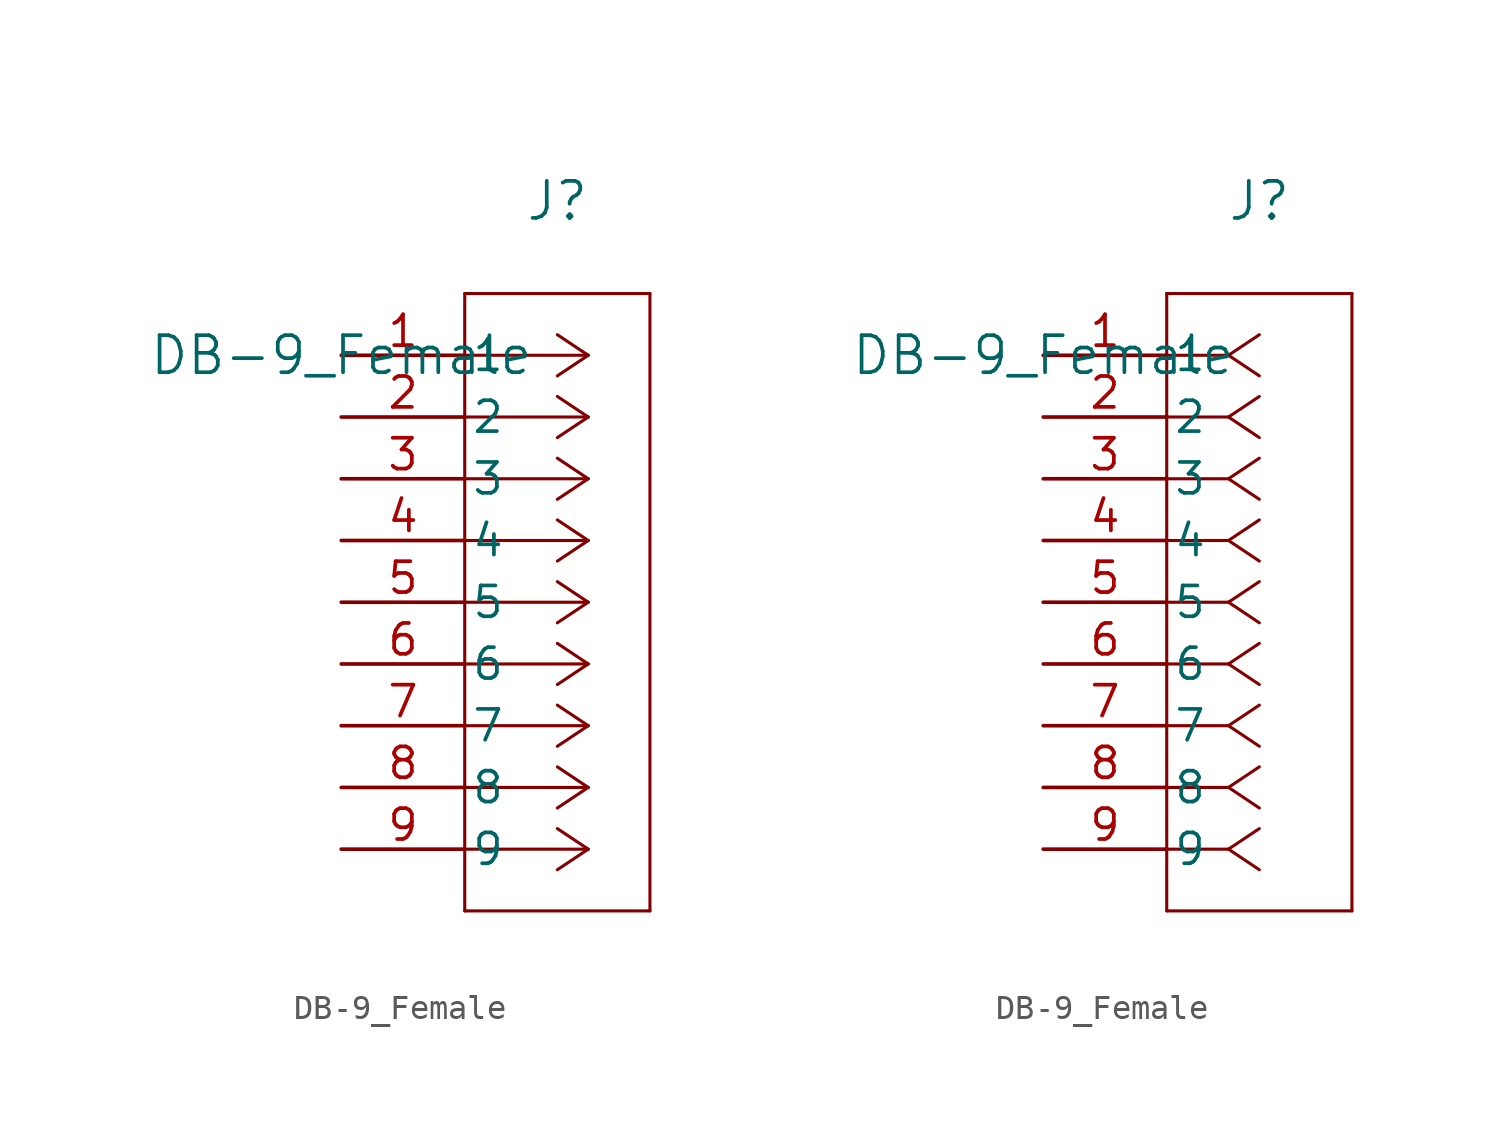
<source format=kicad_sym>
(kicad_symbol_lib
  (version 20220914)
  (generator kicad_symbol_editor)
  (symbol "DB-9_Female"
    (pin_names
      (offset 0.254))
    (property "Reference" "J"
      (at 8.89 6.35 0)
      (effects (font (size 1.524 1.524))))
    (property "Value" "DB-9_Female"
      (at 0 0 0)
      (effects (font (size 1.524 1.524))))
    (symbol "DB-9_Female_1_1"
      (polyline (pts (xy 5.08 -22.86) (xy 12.7 -22.86)) (stroke (width 0.127) (type default)) (fill (type none)))
      (polyline (pts (xy 5.08 2.54) (xy 5.08 -22.86)) (stroke (width 0.127) (type default)) (fill (type none)))
      (polyline (pts (xy 10.16 -20.32) (xy 5.08 -20.32)) (stroke (width 0.127) (type default)) (fill (type none)))
      (polyline (pts (xy 10.16 -20.32) (xy 8.89 -21.167)) (stroke (width 0.127) (type default)) (fill (type none)))
      (polyline (pts (xy 10.16 -20.32) (xy 8.89 -19.473)) (stroke (width 0.127) (type default)) (fill (type none)))
      (polyline (pts (xy 10.16 -17.78) (xy 5.08 -17.78)) (stroke (width 0.127) (type default)) (fill (type none)))
      (polyline (pts (xy 10.16 -17.78) (xy 8.89 -18.627)) (stroke (width 0.127) (type default)) (fill (type none)))
      (polyline (pts (xy 10.16 -17.78) (xy 8.89 -16.933)) (stroke (width 0.127) (type default)) (fill (type none)))
      (polyline (pts (xy 10.16 -15.24) (xy 5.08 -15.24)) (stroke (width 0.127) (type default)) (fill (type none)))
      (polyline (pts (xy 10.16 -15.24) (xy 8.89 -16.087)) (stroke (width 0.127) (type default)) (fill (type none)))
      (polyline (pts (xy 10.16 -15.24) (xy 8.89 -14.393)) (stroke (width 0.127) (type default)) (fill (type none)))
      (polyline (pts (xy 10.16 -12.7) (xy 5.08 -12.7)) (stroke (width 0.127) (type default)) (fill (type none)))
      (polyline (pts (xy 10.16 -12.7) (xy 8.89 -13.547)) (stroke (width 0.127) (type default)) (fill (type none)))
      (polyline (pts (xy 10.16 -12.7) (xy 8.89 -11.853)) (stroke (width 0.127) (type default)) (fill (type none)))
      (polyline (pts (xy 10.16 -10.16) (xy 5.08 -10.16)) (stroke (width 0.127) (type default)) (fill (type none)))
      (polyline (pts (xy 10.16 -10.16) (xy 8.89 -11.007)) (stroke (width 0.127) (type default)) (fill (type none)))
      (polyline (pts (xy 10.16 -10.16) (xy 8.89 -9.313)) (stroke (width 0.127) (type default)) (fill (type none)))
      (polyline (pts (xy 10.16 -7.62) (xy 5.08 -7.62)) (stroke (width 0.127) (type default)) (fill (type none)))
      (polyline (pts (xy 10.16 -7.62) (xy 8.89 -8.467)) (stroke (width 0.127) (type default)) (fill (type none)))
      (polyline (pts (xy 10.16 -7.62) (xy 8.89 -6.773)) (stroke (width 0.127) (type default)) (fill (type none)))
      (polyline (pts (xy 10.16 -5.08) (xy 5.08 -5.08)) (stroke (width 0.127) (type default)) (fill (type none)))
      (polyline (pts (xy 10.16 -5.08) (xy 8.89 -5.927)) (stroke (width 0.127) (type default)) (fill (type none)))
      (polyline (pts (xy 10.16 -5.08) (xy 8.89 -4.233)) (stroke (width 0.127) (type default)) (fill (type none)))
      (polyline (pts (xy 10.16 -2.54) (xy 5.08 -2.54)) (stroke (width 0.127) (type default)) (fill (type none)))
      (polyline (pts (xy 10.16 -2.54) (xy 8.89 -3.387)) (stroke (width 0.127) (type default)) (fill (type none)))
      (polyline (pts (xy 10.16 -2.54) (xy 8.89 -1.693)) (stroke (width 0.127) (type default)) (fill (type none)))
      (polyline (pts (xy 10.16 0) (xy 5.08 0)) (stroke (width 0.127) (type default)) (fill (type none)))
      (polyline (pts (xy 10.16 0) (xy 8.89 -0.847)) (stroke (width 0.127) (type default)) (fill (type none)))
      (polyline (pts (xy 10.16 0) (xy 8.89 0.847)) (stroke (width 0.127) (type default)) (fill (type none)))
      (polyline (pts (xy 12.7 -22.86) (xy 12.7 2.54)) (stroke (width 0.127) (type default)) (fill (type none)))
      (polyline (pts (xy 12.7 2.54) (xy 5.08 2.54)) (stroke (width 0.127) (type default)) (fill (type none)))
      (pin unspecified line (at 0 0 0) (length 5.08) (name "1" (effects (font (size 1.27 1.27)))) (number "1" (effects (font (size 1.27 1.27)))))
      (pin unspecified line (at 0 -2.54 0) (length 5.08) (name "2" (effects (font (size 1.27 1.27)))) (number "2" (effects (font (size 1.27 1.27)))))
      (pin unspecified line (at 0 -5.08 0) (length 5.08) (name "3" (effects (font (size 1.27 1.27)))) (number "3" (effects (font (size 1.27 1.27)))))
      (pin unspecified line (at 0 -7.62 0) (length 5.08) (name "4" (effects (font (size 1.27 1.27)))) (number "4" (effects (font (size 1.27 1.27)))))
      (pin unspecified line (at 0 -10.16 0) (length 5.08) (name "5" (effects (font (size 1.27 1.27)))) (number "5" (effects (font (size 1.27 1.27)))))
      (pin unspecified line (at 0 -12.7 0) (length 5.08) (name "6" (effects (font (size 1.27 1.27)))) (number "6" (effects (font (size 1.27 1.27)))))
      (pin unspecified line (at 0 -15.24 0) (length 5.08) (name "7" (effects (font (size 1.27 1.27)))) (number "7" (effects (font (size 1.27 1.27)))))
      (pin unspecified line (at 0 -17.78 0) (length 5.08) (name "8" (effects (font (size 1.27 1.27)))) (number "8" (effects (font (size 1.27 1.27)))))
      (pin unspecified line (at 0 -20.32 0) (length 5.08) (name "9" (effects (font (size 1.27 1.27)))) (number "9" (effects (font (size 1.27 1.27))))))
    (symbol "DB-9_Female_1_2"
      (polyline (pts (xy 5.08 -22.86) (xy 12.7 -22.86)) (stroke (width 0.127) (type default)) (fill (type none)))
      (polyline (pts (xy 5.08 2.54) (xy 5.08 -22.86)) (stroke (width 0.127) (type default)) (fill (type none)))
      (polyline (pts (xy 7.62 -20.32) (xy 5.08 -20.32)) (stroke (width 0.127) (type default)) (fill (type none)))
      (polyline (pts (xy 7.62 -20.32) (xy 8.89 -21.167)) (stroke (width 0.127) (type default)) (fill (type none)))
      (polyline (pts (xy 7.62 -20.32) (xy 8.89 -19.473)) (stroke (width 0.127) (type default)) (fill (type none)))
      (polyline (pts (xy 7.62 -17.78) (xy 5.08 -17.78)) (stroke (width 0.127) (type default)) (fill (type none)))
      (polyline (pts (xy 7.62 -17.78) (xy 8.89 -18.627)) (stroke (width 0.127) (type default)) (fill (type none)))
      (polyline (pts (xy 7.62 -17.78) (xy 8.89 -16.933)) (stroke (width 0.127) (type default)) (fill (type none)))
      (polyline (pts (xy 7.62 -15.24) (xy 5.08 -15.24)) (stroke (width 0.127) (type default)) (fill (type none)))
      (polyline (pts (xy 7.62 -15.24) (xy 8.89 -16.087)) (stroke (width 0.127) (type default)) (fill (type none)))
      (polyline (pts (xy 7.62 -15.24) (xy 8.89 -14.393)) (stroke (width 0.127) (type default)) (fill (type none)))
      (polyline (pts (xy 7.62 -12.7) (xy 5.08 -12.7)) (stroke (width 0.127) (type default)) (fill (type none)))
      (polyline (pts (xy 7.62 -12.7) (xy 8.89 -13.547)) (stroke (width 0.127) (type default)) (fill (type none)))
      (polyline (pts (xy 7.62 -12.7) (xy 8.89 -11.853)) (stroke (width 0.127) (type default)) (fill (type none)))
      (polyline (pts (xy 7.62 -10.16) (xy 5.08 -10.16)) (stroke (width 0.127) (type default)) (fill (type none)))
      (polyline (pts (xy 7.62 -10.16) (xy 8.89 -11.007)) (stroke (width 0.127) (type default)) (fill (type none)))
      (polyline (pts (xy 7.62 -10.16) (xy 8.89 -9.313)) (stroke (width 0.127) (type default)) (fill (type none)))
      (polyline (pts (xy 7.62 -7.62) (xy 5.08 -7.62)) (stroke (width 0.127) (type default)) (fill (type none)))
      (polyline (pts (xy 7.62 -7.62) (xy 8.89 -8.467)) (stroke (width 0.127) (type default)) (fill (type none)))
      (polyline (pts (xy 7.62 -7.62) (xy 8.89 -6.773)) (stroke (width 0.127) (type default)) (fill (type none)))
      (polyline (pts (xy 7.62 -5.08) (xy 5.08 -5.08)) (stroke (width 0.127) (type default)) (fill (type none)))
      (polyline (pts (xy 7.62 -5.08) (xy 8.89 -5.927)) (stroke (width 0.127) (type default)) (fill (type none)))
      (polyline (pts (xy 7.62 -5.08) (xy 8.89 -4.233)) (stroke (width 0.127) (type default)) (fill (type none)))
      (polyline (pts (xy 7.62 -2.54) (xy 5.08 -2.54)) (stroke (width 0.127) (type default)) (fill (type none)))
      (polyline (pts (xy 7.62 -2.54) (xy 8.89 -3.387)) (stroke (width 0.127) (type default)) (fill (type none)))
      (polyline (pts (xy 7.62 -2.54) (xy 8.89 -1.693)) (stroke (width 0.127) (type default)) (fill (type none)))
      (polyline (pts (xy 7.62 0) (xy 5.08 0)) (stroke (width 0.127) (type default)) (fill (type none)))
      (polyline (pts (xy 7.62 0) (xy 8.89 -0.847)) (stroke (width 0.127) (type default)) (fill (type none)))
      (polyline (pts (xy 7.62 0) (xy 8.89 0.847)) (stroke (width 0.127) (type default)) (fill (type none)))
      (polyline (pts (xy 12.7 -22.86) (xy 12.7 2.54)) (stroke (width 0.127) (type default)) (fill (type none)))
      (polyline (pts (xy 12.7 2.54) (xy 5.08 2.54)) (stroke (width 0.127) (type default)) (fill (type none)))
      (pin unspecified line (at 0 0 0) (length 5.08) (name "1" (effects (font (size 1.27 1.27)))) (number "1" (effects (font (size 1.27 1.27)))))
      (pin unspecified line (at 0 -2.54 0) (length 5.08) (name "2" (effects (font (size 1.27 1.27)))) (number "2" (effects (font (size 1.27 1.27)))))
      (pin unspecified line (at 0 -5.08 0) (length 5.08) (name "3" (effects (font (size 1.27 1.27)))) (number "3" (effects (font (size 1.27 1.27)))))
      (pin unspecified line (at 0 -7.62 0) (length 5.08) (name "4" (effects (font (size 1.27 1.27)))) (number "4" (effects (font (size 1.27 1.27)))))
      (pin unspecified line (at 0 -10.16 0) (length 5.08) (name "5" (effects (font (size 1.27 1.27)))) (number "5" (effects (font (size 1.27 1.27)))))
      (pin unspecified line (at 0 -12.7 0) (length 5.08) (name "6" (effects (font (size 1.27 1.27)))) (number "6" (effects (font (size 1.27 1.27)))))
      (pin unspecified line (at 0 -15.24 0) (length 5.08) (name "7" (effects (font (size 1.27 1.27)))) (number "7" (effects (font (size 1.27 1.27)))))
      (pin unspecified line (at 0 -17.78 0) (length 5.08) (name "8" (effects (font (size 1.27 1.27)))) (number "8" (effects (font (size 1.27 1.27)))))
      (pin unspecified line (at 0 -20.32 0) (length 5.08) (name "9" (effects (font (size 1.27 1.27)))) (number "9" (effects (font (size 1.27 1.27))))))))
</source>
